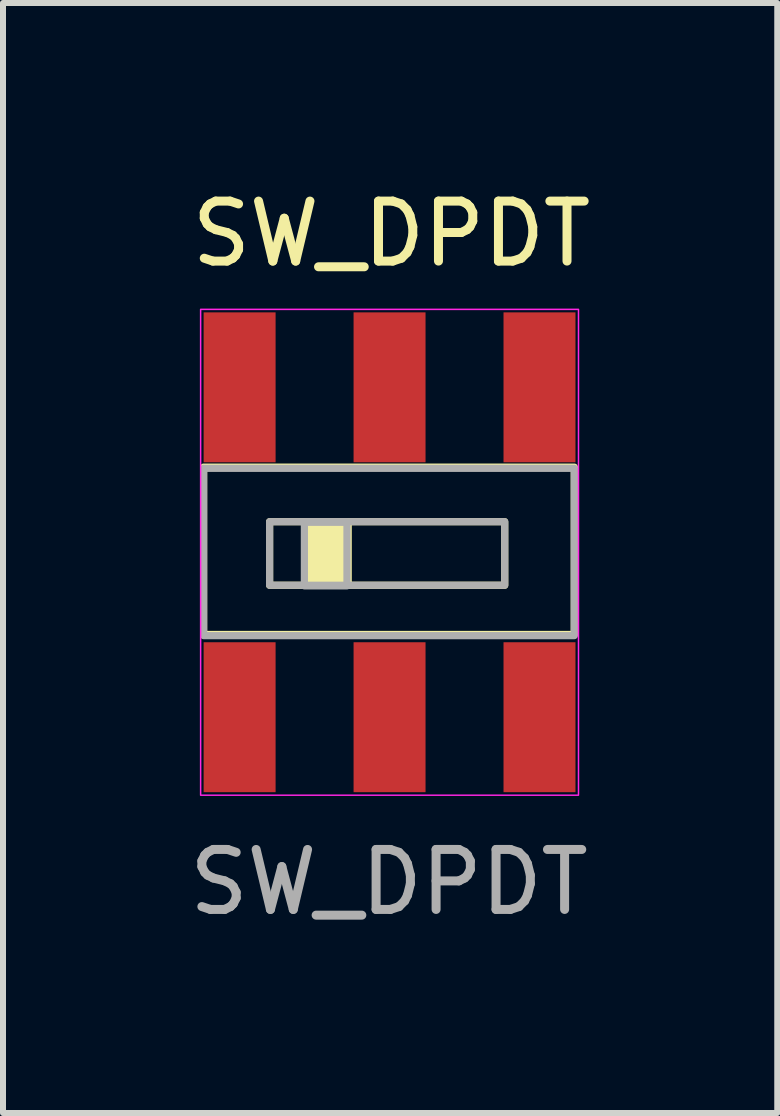
<source format=kicad_pcb>
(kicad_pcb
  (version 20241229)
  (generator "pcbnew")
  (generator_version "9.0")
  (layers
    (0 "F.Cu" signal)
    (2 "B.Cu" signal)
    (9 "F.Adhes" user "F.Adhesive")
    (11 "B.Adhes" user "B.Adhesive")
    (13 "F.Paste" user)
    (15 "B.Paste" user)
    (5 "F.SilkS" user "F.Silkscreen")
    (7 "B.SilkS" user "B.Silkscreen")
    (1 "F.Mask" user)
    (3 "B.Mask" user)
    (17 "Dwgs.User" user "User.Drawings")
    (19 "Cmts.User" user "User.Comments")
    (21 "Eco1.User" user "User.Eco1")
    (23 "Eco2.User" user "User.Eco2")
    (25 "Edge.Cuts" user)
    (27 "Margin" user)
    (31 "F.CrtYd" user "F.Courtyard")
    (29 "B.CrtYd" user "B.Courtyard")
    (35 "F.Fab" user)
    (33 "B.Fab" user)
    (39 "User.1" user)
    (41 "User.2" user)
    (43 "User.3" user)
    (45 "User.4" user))
  (footprint "SW_DPDT"
    (layer "F.Cu")
    (at 3.445 6.158)
    (property "Reference" "SW_DPDT" (at 0.03 -5.31 0) (unlocked yes) (layer "F.SilkS") (effects (font (size 1 1) (thickness 0.15))))
    (attr smd)
    (fp_rect (start -3.1 -1.42) (end 3.08 1.37) (stroke (width 0.12) (type solid)) (fill no) (layer "F.SilkS"))
    (fp_rect (start -2 -0.51) (end 1.92 0.55) (stroke (width 0.12) (type solid)) (fill no) (layer "F.SilkS"))
    (fp_rect (start -1.4 -0.51) (end -0.69 0.55) (stroke (width 0.12) (type solid)) (fill yes) (layer "F.SilkS"))
    (fp_rect (start -3.15 -4.05) (end 3.15 4.05) (stroke (width 0.025) (type solid)) (fill no) (layer "F.CrtYd"))
    (fp_rect (start -3.1 -1.4) (end 3.08 1.39) (stroke (width 0.12) (type solid)) (fill no) (layer "F.Fab"))
    (fp_rect (start -2 -0.51) (end 1.92 0.55) (stroke (width 0.12) (type solid)) (fill no) (layer "F.Fab"))
    (fp_rect (start -1.42 -0.5) (end -0.71 0.56) (stroke (width 0.12) (type solid)) (fill no) (layer "F.Fab"))
    (fp_text user "${REFERENCE}" (at -0.01 5.5 0) (unlocked yes) (layer "F.Fab") (effects (font (size 1 1) (thickness 0.15))))
    (pad "1" smd rect (at -2.5 2.75) (size 1.2 2.5) (layers "F.Cu" "F.Mask" "F.Paste"))
    (pad "2" smd rect (at 0 2.75) (size 1.2 2.5) (layers "F.Cu" "F.Mask" "F.Paste"))
    (pad "3" smd rect (at 2.5 2.75) (size 1.2 2.5) (layers "F.Cu" "F.Mask" "F.Paste"))
    (pad "4" smd rect (at -2.5 -2.75) (size 1.2 2.5) (layers "F.Cu" "F.Mask" "F.Paste"))
    (pad "5" smd rect (at 0 -2.75) (size 1.2 2.5) (layers "F.Cu" "F.Mask" "F.Paste"))
    (pad "6" smd rect (at 2.5 -2.75) (size 1.2 2.5) (layers "F.Cu" "F.Mask" "F.Paste")))
  (gr_rect
    (start -3 -3)
    (end 9.909 15.507)
    (stroke (width 0.1) (type default))
    (fill no)
    (layer "Edge.Cuts")))
</source>
